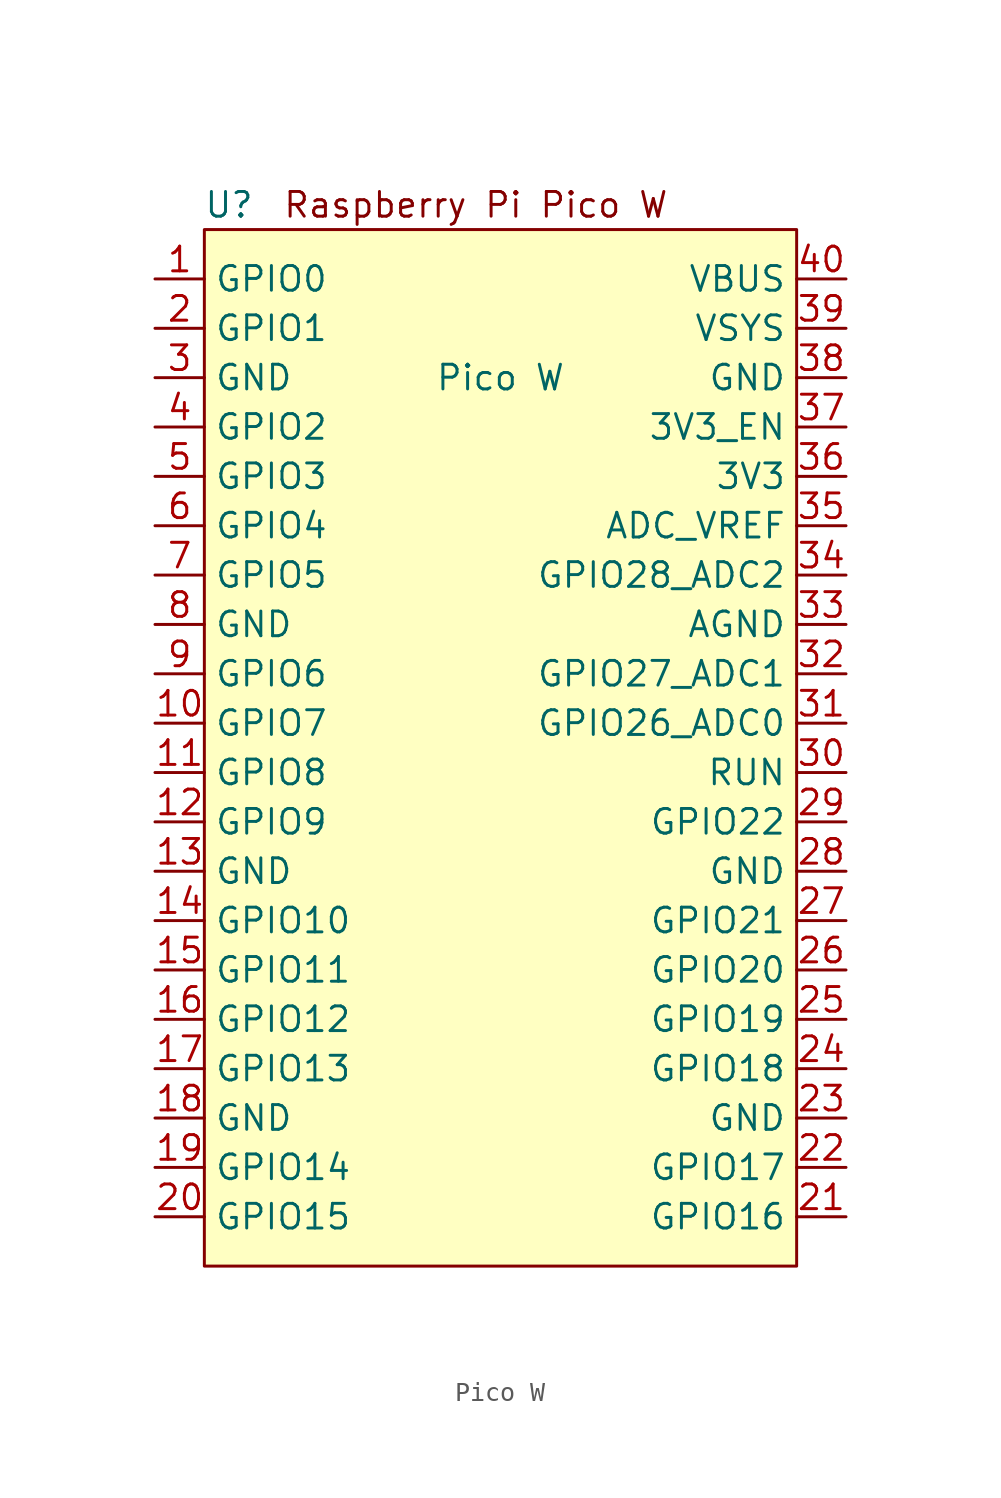
<source format=kicad_sym>
(kicad_symbol_lib
  (version 20220914)
  (generator kicad_symbol_editor)
  (symbol "Pico W"
    (property "Reference" "U"
      (at -13.97 27.94 0)
      (effects (font (size 1.27 1.27))))
    (property "Value" "Pico W"
      (at 0 19.05 0)
      (effects (font (size 1.27 1.27))))
    (symbol "Pico W_0_1"
      (rectangle (start -15.24 26.67) (end 15.24 -26.67) (stroke (width 0) (type solid)) (fill (type background))))
    (symbol "Pico W_1_0"
      (text "Raspberry Pi Pico W" (at -1.27 27.94 0) (effects (font (size 1.27 1.27)))))
    (symbol "Pico W_1_1"
      (pin bidirectional line (at -17.78 24.13 0) (length 2.54) (name "GPIO0" (effects (font (size 1.27 1.27)))) (number "1" (effects (font (size 1.27 1.27)))))
      (pin bidirectional line (at -17.78 1.27 0) (length 2.54) (name "GPIO7" (effects (font (size 1.27 1.27)))) (number "10" (effects (font (size 1.27 1.27)))))
      (pin bidirectional line (at -17.78 -1.27 0) (length 2.54) (name "GPIO8" (effects (font (size 1.27 1.27)))) (number "11" (effects (font (size 1.27 1.27)))))
      (pin bidirectional line (at -17.78 -3.81 0) (length 2.54) (name "GPIO9" (effects (font (size 1.27 1.27)))) (number "12" (effects (font (size 1.27 1.27)))))
      (pin power_in line (at -17.78 -6.35 0) (length 2.54) (name "GND" (effects (font (size 1.27 1.27)))) (number "13" (effects (font (size 1.27 1.27)))))
      (pin bidirectional line (at -17.78 -8.89 0) (length 2.54) (name "GPIO10" (effects (font (size 1.27 1.27)))) (number "14" (effects (font (size 1.27 1.27)))))
      (pin bidirectional line (at -17.78 -11.43 0) (length 2.54) (name "GPIO11" (effects (font (size 1.27 1.27)))) (number "15" (effects (font (size 1.27 1.27)))))
      (pin bidirectional line (at -17.78 -13.97 0) (length 2.54) (name "GPIO12" (effects (font (size 1.27 1.27)))) (number "16" (effects (font (size 1.27 1.27)))))
      (pin bidirectional line (at -17.78 -16.51 0) (length 2.54) (name "GPIO13" (effects (font (size 1.27 1.27)))) (number "17" (effects (font (size 1.27 1.27)))))
      (pin power_in line (at -17.78 -19.05 0) (length 2.54) (name "GND" (effects (font (size 1.27 1.27)))) (number "18" (effects (font (size 1.27 1.27)))))
      (pin bidirectional line (at -17.78 -21.59 0) (length 2.54) (name "GPIO14" (effects (font (size 1.27 1.27)))) (number "19" (effects (font (size 1.27 1.27)))))
      (pin bidirectional line (at -17.78 21.59 0) (length 2.54) (name "GPIO1" (effects (font (size 1.27 1.27)))) (number "2" (effects (font (size 1.27 1.27)))))
      (pin bidirectional line (at -17.78 -24.13 0) (length 2.54) (name "GPIO15" (effects (font (size 1.27 1.27)))) (number "20" (effects (font (size 1.27 1.27)))))
      (pin bidirectional line (at 17.78 -24.13 180) (length 2.54) (name "GPIO16" (effects (font (size 1.27 1.27)))) (number "21" (effects (font (size 1.27 1.27)))))
      (pin bidirectional line (at 17.78 -21.59 180) (length 2.54) (name "GPIO17" (effects (font (size 1.27 1.27)))) (number "22" (effects (font (size 1.27 1.27)))))
      (pin power_in line (at 17.78 -19.05 180) (length 2.54) (name "GND" (effects (font (size 1.27 1.27)))) (number "23" (effects (font (size 1.27 1.27)))))
      (pin bidirectional line (at 17.78 -16.51 180) (length 2.54) (name "GPIO18" (effects (font (size 1.27 1.27)))) (number "24" (effects (font (size 1.27 1.27)))))
      (pin bidirectional line (at 17.78 -13.97 180) (length 2.54) (name "GPIO19" (effects (font (size 1.27 1.27)))) (number "25" (effects (font (size 1.27 1.27)))))
      (pin bidirectional line (at 17.78 -11.43 180) (length 2.54) (name "GPIO20" (effects (font (size 1.27 1.27)))) (number "26" (effects (font (size 1.27 1.27)))))
      (pin bidirectional line (at 17.78 -8.89 180) (length 2.54) (name "GPIO21" (effects (font (size 1.27 1.27)))) (number "27" (effects (font (size 1.27 1.27)))))
      (pin power_in line (at 17.78 -6.35 180) (length 2.54) (name "GND" (effects (font (size 1.27 1.27)))) (number "28" (effects (font (size 1.27 1.27)))))
      (pin bidirectional line (at 17.78 -3.81 180) (length 2.54) (name "GPIO22" (effects (font (size 1.27 1.27)))) (number "29" (effects (font (size 1.27 1.27)))))
      (pin power_in line (at -17.78 19.05 0) (length 2.54) (name "GND" (effects (font (size 1.27 1.27)))) (number "3" (effects (font (size 1.27 1.27)))))
      (pin input line (at 17.78 -1.27 180) (length 2.54) (name "RUN" (effects (font (size 1.27 1.27)))) (number "30" (effects (font (size 1.27 1.27)))))
      (pin bidirectional line (at 17.78 1.27 180) (length 2.54) (name "GPIO26_ADC0" (effects (font (size 1.27 1.27)))) (number "31" (effects (font (size 1.27 1.27)))))
      (pin bidirectional line (at 17.78 3.81 180) (length 2.54) (name "GPIO27_ADC1" (effects (font (size 1.27 1.27)))) (number "32" (effects (font (size 1.27 1.27)))))
      (pin power_in line (at 17.78 6.35 180) (length 2.54) (name "AGND" (effects (font (size 1.27 1.27)))) (number "33" (effects (font (size 1.27 1.27)))))
      (pin bidirectional line (at 17.78 8.89 180) (length 2.54) (name "GPIO28_ADC2" (effects (font (size 1.27 1.27)))) (number "34" (effects (font (size 1.27 1.27)))))
      (pin power_in line (at 17.78 11.43 180) (length 2.54) (name "ADC_VREF" (effects (font (size 1.27 1.27)))) (number "35" (effects (font (size 1.27 1.27)))))
      (pin power_in line (at 17.78 13.97 180) (length 2.54) (name "3V3" (effects (font (size 1.27 1.27)))) (number "36" (effects (font (size 1.27 1.27)))))
      (pin input line (at 17.78 16.51 180) (length 2.54) (name "3V3_EN" (effects (font (size 1.27 1.27)))) (number "37" (effects (font (size 1.27 1.27)))))
      (pin bidirectional line (at 17.78 19.05 180) (length 2.54) (name "GND" (effects (font (size 1.27 1.27)))) (number "38" (effects (font (size 1.27 1.27)))))
      (pin power_in line (at 17.78 21.59 180) (length 2.54) (name "VSYS" (effects (font (size 1.27 1.27)))) (number "39" (effects (font (size 1.27 1.27)))))
      (pin bidirectional line (at -17.78 16.51 0) (length 2.54) (name "GPIO2" (effects (font (size 1.27 1.27)))) (number "4" (effects (font (size 1.27 1.27)))))
      (pin power_in line (at 17.78 24.13 180) (length 2.54) (name "VBUS" (effects (font (size 1.27 1.27)))) (number "40" (effects (font (size 1.27 1.27)))))
      (pin bidirectional line (at -17.78 13.97 0) (length 2.54) (name "GPIO3" (effects (font (size 1.27 1.27)))) (number "5" (effects (font (size 1.27 1.27)))))
      (pin bidirectional line (at -17.78 11.43 0) (length 2.54) (name "GPIO4" (effects (font (size 1.27 1.27)))) (number "6" (effects (font (size 1.27 1.27)))))
      (pin bidirectional line (at -17.78 8.89 0) (length 2.54) (name "GPIO5" (effects (font (size 1.27 1.27)))) (number "7" (effects (font (size 1.27 1.27)))))
      (pin power_in line (at -17.78 6.35 0) (length 2.54) (name "GND" (effects (font (size 1.27 1.27)))) (number "8" (effects (font (size 1.27 1.27)))))
      (pin bidirectional line (at -17.78 3.81 0) (length 2.54) (name "GPIO6" (effects (font (size 1.27 1.27)))) (number "9" (effects (font (size 1.27 1.27))))))))
</source>
